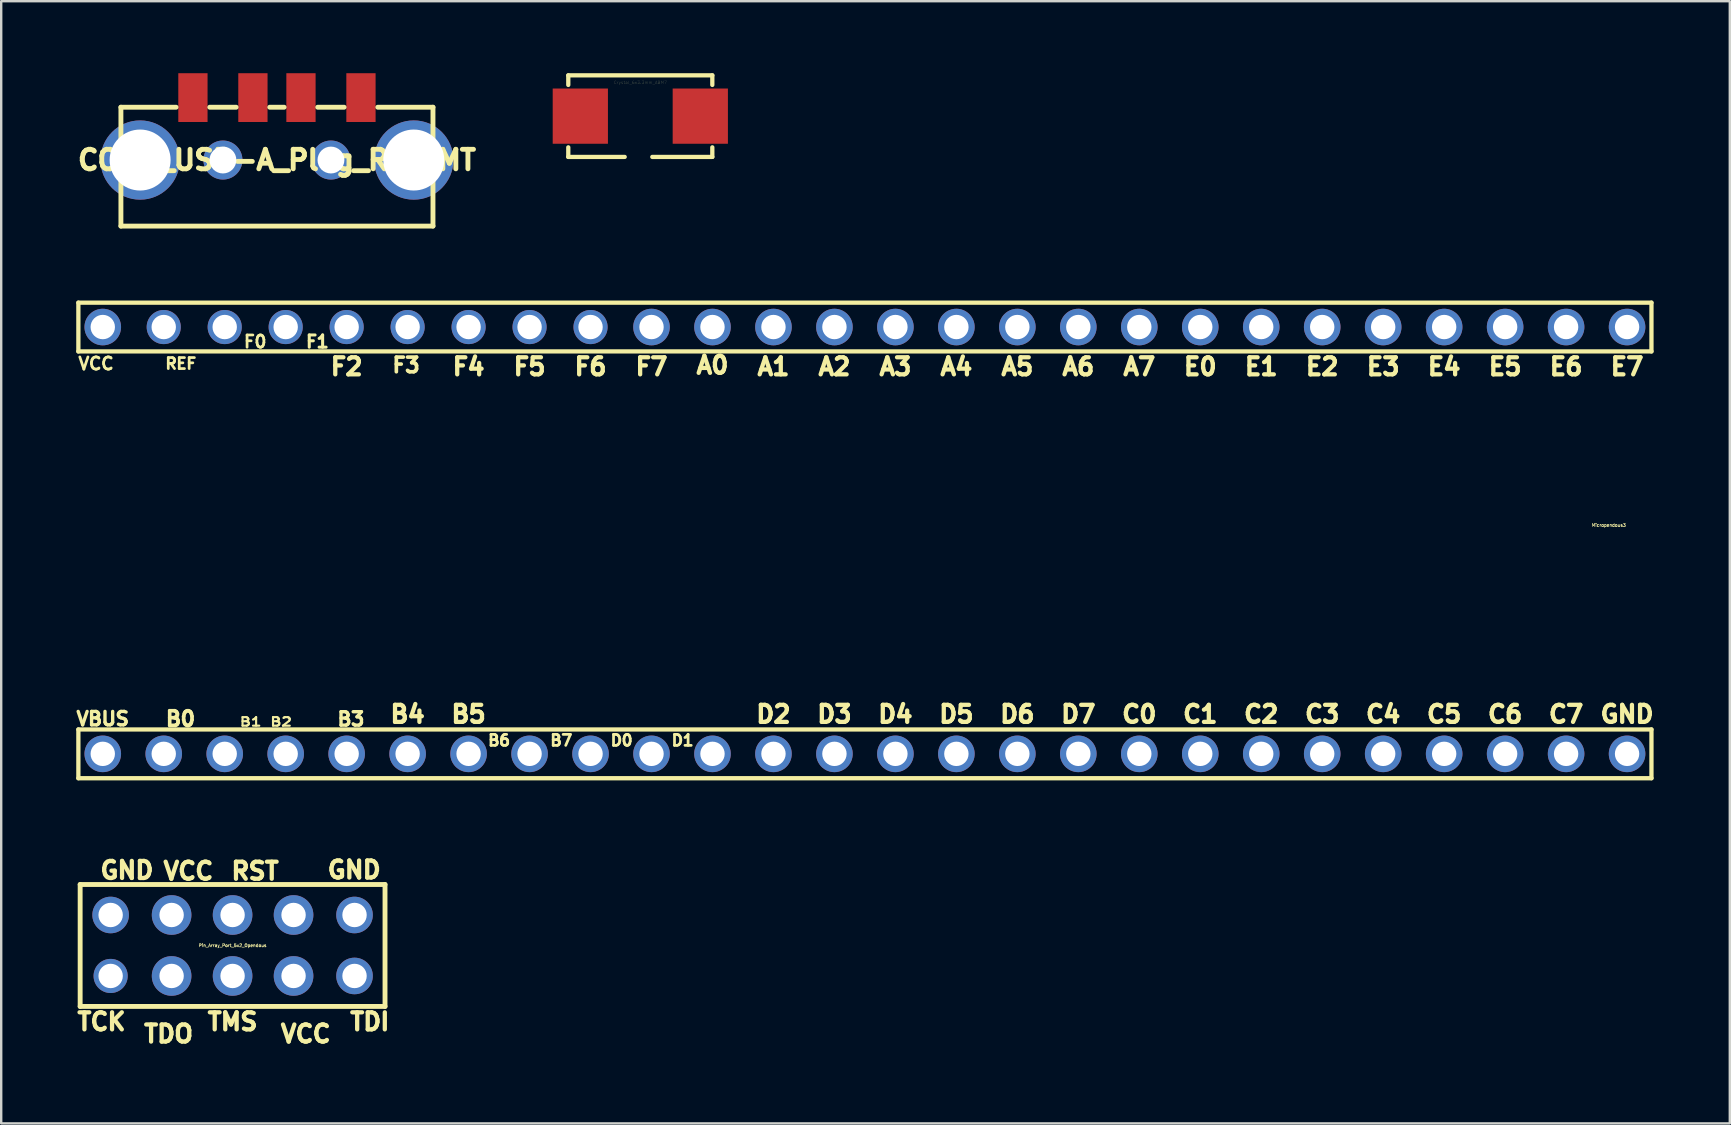
<source format=kicad_pcb>
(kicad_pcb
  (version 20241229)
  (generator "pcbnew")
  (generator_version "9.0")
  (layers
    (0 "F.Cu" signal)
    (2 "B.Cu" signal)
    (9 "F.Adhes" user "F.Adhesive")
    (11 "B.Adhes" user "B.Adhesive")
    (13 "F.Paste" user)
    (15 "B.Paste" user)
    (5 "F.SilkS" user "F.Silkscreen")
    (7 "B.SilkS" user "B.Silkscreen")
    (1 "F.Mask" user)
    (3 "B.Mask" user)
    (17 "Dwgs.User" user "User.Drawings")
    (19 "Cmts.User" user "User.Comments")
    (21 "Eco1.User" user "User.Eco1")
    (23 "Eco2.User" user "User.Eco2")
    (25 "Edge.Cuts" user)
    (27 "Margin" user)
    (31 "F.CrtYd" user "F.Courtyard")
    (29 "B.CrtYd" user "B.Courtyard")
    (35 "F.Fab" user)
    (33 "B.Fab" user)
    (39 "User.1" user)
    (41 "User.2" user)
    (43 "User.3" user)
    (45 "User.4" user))
  (footprint "Micropendous3"
    (layer "F.Cu")
    (at 31.711 18.194)
    (property "Reference" "Micropendous3" (at 32.258 0.635 0) (layer "F.SilkS") (effects (font (size 0.127 0.127) (thickness 0.025))))
    (attr through_hole)
    (fp_line (start -31.496 -8.636) (end 34.036 -8.636) (stroke (width 0.178) (type solid)) (layer "F.SilkS"))
    (fp_line (start -31.496 -6.604) (end -31.496 -8.636) (stroke (width 0.178) (type solid)) (layer "F.SilkS"))
    (fp_line (start -31.496 9.144) (end 34.036 9.144) (stroke (width 0.178) (type solid)) (layer "F.SilkS"))
    (fp_line (start -31.496 11.176) (end -31.496 9.144) (stroke (width 0.178) (type solid)) (layer "F.SilkS"))
    (fp_line (start 34.036 -8.636) (end 34.036 -6.604) (stroke (width 0.178) (type solid)) (layer "F.SilkS"))
    (fp_line (start 34.036 -6.604) (end -31.496 -6.604) (stroke (width 0.178) (type solid)) (layer "F.SilkS"))
    (fp_line (start 34.036 9.144) (end 34.036 11.176) (stroke (width 0.178) (type solid)) (layer "F.SilkS"))
    (fp_line (start 34.036 11.176) (end -31.496 11.176) (stroke (width 0.178) (type solid)) (layer "F.SilkS"))
    (fp_text user "F2" (at -20.32 -5.969 0) (layer "F.SilkS") (effects (font (size 0.711 0.711) (thickness 0.178))))
    (fp_text user "D7" (at 10.16 8.509 0) (layer "F.SilkS") (effects (font (size 0.711 0.711) (thickness 0.178))))
    (fp_text user "B5" (at -15.24 8.509 0) (layer "F.SilkS") (effects (font (size 0.711 0.711) (thickness 0.178))))
    (fp_text user "E6" (at 30.48 -5.969 0) (layer "F.SilkS") (effects (font (size 0.711 0.711) (thickness 0.178))))
    (fp_text user "D4" (at 2.54 8.509 0) (layer "F.SilkS") (effects (font (size 0.711 0.711) (thickness 0.178))))
    (fp_text user "E1" (at 17.78 -5.969 0) (layer "F.SilkS") (effects (font (size 0.711 0.711) (thickness 0.178))))
    (fp_text user "E4" (at 25.4 -5.969 0) (layer "F.SilkS") (effects (font (size 0.711 0.711) (thickness 0.178))))
    (fp_text user "F6" (at -10.16 -5.969 0) (layer "F.SilkS") (effects (font (size 0.711 0.711) (thickness 0.178))))
    (fp_text user "C3" (at 20.32 8.509 0) (layer "F.SilkS") (effects (font (size 0.711 0.711) (thickness 0.178))))
    (fp_text user "B6" (at -13.97 9.601 0) (layer "F.SilkS") (effects (font (size 0.457 0.457) (thickness 0.114))))
    (fp_text user "C0" (at 12.7 8.509 0) (layer "F.SilkS") (effects (font (size 0.711 0.711) (thickness 0.178))))
    (fp_text user "F4" (at -15.24 -5.969 0) (layer "F.SilkS") (effects (font (size 0.711 0.711) (thickness 0.178))))
    (fp_text user "VCC" (at -30.759 -6.096 0) (layer "F.SilkS") (effects (font (size 0.508 0.508) (thickness 0.114))))
    (fp_text user "A6" (at 10.16 -5.969 0) (layer "F.SilkS") (effects (font (size 0.711 0.711) (thickness 0.178))))
    (fp_text user "A1" (at -2.54 -5.969 0) (layer "F.SilkS") (effects (font (size 0.711 0.711) (thickness 0.178))))
    (fp_text user "B7" (at -11.379 9.601 0) (layer "F.SilkS") (effects (font (size 0.457 0.457) (thickness 0.114))))
    (fp_text user "A2" (at 0 -5.969 0) (layer "F.SilkS") (effects (font (size 0.711 0.711) (thickness 0.178))))
    (fp_text user "A4" (at 5.08 -5.969 0) (layer "F.SilkS") (effects (font (size 0.711 0.711) (thickness 0.178))))
    (fp_text user "C2" (at 17.78 8.509 0) (layer "F.SilkS") (effects (font (size 0.711 0.711) (thickness 0.178))))
    (fp_text user "F1" (at -21.539 -7.01 0) (layer "F.SilkS") (effects (font (size 0.508 0.508) (thickness 0.127))))
    (fp_text user "F0" (at -24.13 -7.01 0) (layer "F.SilkS") (effects (font (size 0.508 0.508) (thickness 0.114))))
    (fp_text user "GND" (at 33.02 8.509 0) (layer "F.SilkS") (effects (font (size 0.711 0.711) (thickness 0.178))))
    (fp_text user "E0" (at 15.24 -5.969 0) (layer "F.SilkS") (effects (font (size 0.711 0.711) (thickness 0.178))))
    (fp_text user "E7" (at 33.02 -5.969 0) (layer "F.SilkS") (effects (font (size 0.711 0.711) (thickness 0.178))))
    (fp_text user "D0" (at -8.865 9.601 0) (layer "F.SilkS") (effects (font (size 0.457 0.457) (thickness 0.114))))
    (fp_text user "D5" (at 5.08 8.509 0) (layer "F.SilkS") (effects (font (size 0.711 0.711) (thickness 0.178))))
    (fp_text user "F3" (at -17.843 -6.032 0) (layer "F.SilkS") (effects (font (size 0.61 0.61) (thickness 0.152))))
    (fp_text user "A7" (at 12.7 -5.969 0) (layer "F.SilkS") (effects (font (size 0.711 0.711) (thickness 0.178))))
    (fp_text user "D2" (at -2.54 8.509 0) (layer "F.SilkS") (effects (font (size 0.711 0.711) (thickness 0.178))))
    (fp_text user "D1" (at -6.325 9.601 0) (layer "F.SilkS") (effects (font (size 0.457 0.457) (thickness 0.114))))
    (fp_text user "B0" (at -27.241 8.7 0) (layer "F.SilkS") (effects (font (size 0.61 0.61) (thickness 0.152))))
    (fp_text user "C4" (at 22.86 8.509 0) (layer "F.SilkS") (effects (font (size 0.711 0.711) (thickness 0.178))))
    (fp_text user "D3" (at 0 8.509 0) (layer "F.SilkS") (effects (font (size 0.711 0.711) (thickness 0.178))))
    (fp_text user "D6" (at 7.62 8.509 0) (layer "F.SilkS") (effects (font (size 0.711 0.711) (thickness 0.178))))
    (fp_text user "B1" (at -24.32 8.826 0) (layer "F.SilkS") (effects (font (size 0.356 0.457) (thickness 0.089))))
    (fp_text user "C6" (at 27.94 8.509 0) (layer "F.SilkS") (effects (font (size 0.711 0.711) (thickness 0.178))))
    (fp_text user "E2" (at 20.32 -5.969 0) (layer "F.SilkS") (effects (font (size 0.711 0.711) (thickness 0.178))))
    (fp_text user "E3" (at 22.86 -5.969 0) (layer "F.SilkS") (effects (font (size 0.711 0.711) (thickness 0.178))))
    (fp_text user "A3" (at 2.54 -5.969 0) (layer "F.SilkS") (effects (font (size 0.711 0.711) (thickness 0.178))))
    (fp_text user "B4" (at -17.78 8.509 0) (layer "F.SilkS") (effects (font (size 0.711 0.711) (thickness 0.178))))
    (fp_text user "C7" (at 30.48 8.509 0) (layer "F.SilkS") (effects (font (size 0.711 0.711) (thickness 0.178))))
    (fp_text user "E5" (at 27.94 -5.969 0) (layer "F.SilkS") (effects (font (size 0.711 0.711) (thickness 0.178))))
    (fp_text user "REF" (at -27.229 -6.096 0) (layer "F.SilkS") (effects (font (size 0.457 0.457) (thickness 0.114))))
    (fp_text user "C1" (at 15.24 8.509 0) (layer "F.SilkS") (effects (font (size 0.711 0.711) (thickness 0.178))))
    (fp_text user "A0" (at -5.08 -6.032 0) (layer "F.SilkS") (effects (font (size 0.711 0.711) (thickness 0.178))))
    (fp_text user "B3" (at -20.142 8.712 0) (layer "F.SilkS") (effects (font (size 0.559 0.559) (thickness 0.14))))
    (fp_text user "A5" (at 7.62 -5.969 0) (layer "F.SilkS") (effects (font (size 0.711 0.711) (thickness 0.178))))
    (fp_text user "F7" (at -7.62 -5.969 0) (layer "F.SilkS") (effects (font (size 0.711 0.711) (thickness 0.178))))
    (fp_text user "B2" (at -23.05 8.826 0) (layer "F.SilkS") (effects (font (size 0.356 0.457) (thickness 0.089))))
    (fp_text user "F5" (at -12.7 -5.969 0) (layer "F.SilkS") (effects (font (size 0.711 0.711) (thickness 0.178))))
    (fp_text user "VBUS" (at -30.48 8.7 0) (layer "F.SilkS") (effects (font (size 0.559 0.559) (thickness 0.14))))
    (fp_text user "C5" (at 25.4 8.509 0) (layer "F.SilkS") (effects (font (size 0.711 0.711) (thickness 0.178))))
    (pad "1" thru_hole circle (at -30.48 -7.62) (size 1.524 1.524) (drill 1.016) (layers "*.Cu" "*.Mask"))
    (pad "2" thru_hole circle (at -27.94 -7.62) (size 1.422 1.422) (drill 1.016) (layers "*.Cu" "*.Mask"))
    (pad "3" thru_hole circle (at -25.4 -7.62) (size 1.422 1.422) (drill 1.016) (layers "*.Cu" "*.Mask"))
    (pad "4" thru_hole circle (at -22.86 -7.62) (size 1.422 1.422) (drill 1.016) (layers "*.Cu" "*.Mask"))
    (pad "5" thru_hole circle (at -20.32 -7.62) (size 1.422 1.422) (drill 1.016) (layers "*.Cu" "*.Mask"))
    (pad "6" thru_hole circle (at -17.78 -7.62) (size 1.422 1.422) (drill 1.016) (layers "*.Cu" "*.Mask"))
    (pad "7" thru_hole circle (at -15.24 -7.62) (size 1.422 1.422) (drill 1.016) (layers "*.Cu" "*.Mask"))
    (pad "8" thru_hole circle (at -12.7 -7.62) (size 1.422 1.422) (drill 1.016) (layers "*.Cu" "*.Mask"))
    (pad "9" thru_hole circle (at -10.16 -7.62) (size 1.422 1.422) (drill 1.016) (layers "*.Cu" "*.Mask"))
    (pad "10" thru_hole circle (at -7.62 -7.62) (size 1.524 1.524) (drill 1.016) (layers "*.Cu" "*.Mask"))
    (pad "11" thru_hole circle (at -5.08 -7.62) (size 1.524 1.524) (drill 1.016) (layers "*.Cu" "*.Mask"))
    (pad "12" thru_hole circle (at -2.54 -7.62) (size 1.524 1.524) (drill 1.016) (layers "*.Cu" "*.Mask"))
    (pad "13" thru_hole circle (at 0 -7.62) (size 1.524 1.524) (drill 1.016) (layers "*.Cu" "*.Mask"))
    (pad "14" thru_hole circle (at 2.54 -7.62) (size 1.524 1.524) (drill 1.016) (layers "*.Cu" "*.Mask"))
    (pad "15" thru_hole circle (at 5.08 -7.62) (size 1.524 1.524) (drill 1.016) (layers "*.Cu" "*.Mask"))
    (pad "16" thru_hole circle (at 7.62 -7.62) (size 1.524 1.524) (drill 1.016) (layers "*.Cu" "*.Mask"))
    (pad "17" thru_hole circle (at 10.16 -7.62) (size 1.524 1.524) (drill 1.016) (layers "*.Cu" "*.Mask"))
    (pad "18" thru_hole circle (at 12.7 -7.62) (size 1.524 1.524) (drill 1.016) (layers "*.Cu" "*.Mask"))
    (pad "19" thru_hole circle (at 15.24 -7.62) (size 1.524 1.524) (drill 1.016) (layers "*.Cu" "*.Mask"))
    (pad "20" thru_hole circle (at 17.78 -7.62) (size 1.524 1.524) (drill 1.016) (layers "*.Cu" "*.Mask"))
    (pad "21" thru_hole circle (at 20.32 -7.62) (size 1.524 1.524) (drill 1.016) (layers "*.Cu" "*.Mask"))
    (pad "22" thru_hole circle (at 22.86 -7.62) (size 1.524 1.524) (drill 1.016) (layers "*.Cu" "*.Mask"))
    (pad "23" thru_hole circle (at 25.4 -7.62) (size 1.524 1.524) (drill 1.016) (layers "*.Cu" "*.Mask"))
    (pad "24" thru_hole circle (at 27.94 -7.62) (size 1.524 1.524) (drill 1.016) (layers "*.Cu" "*.Mask"))
    (pad "25" thru_hole circle (at 30.48 -7.62) (size 1.524 1.524) (drill 1.016) (layers "*.Cu" "*.Mask"))
    (pad "26" thru_hole circle (at 33.02 -7.62) (size 1.524 1.524) (drill 1.016) (layers "*.Cu" "*.Mask"))
    (pad "27" thru_hole circle (at -30.48 10.16) (size 1.524 1.524) (drill 1.016) (layers "*.Cu" "*.Mask"))
    (pad "28" thru_hole circle (at -27.94 10.16) (size 1.524 1.524) (drill 1.016) (layers "*.Cu" "*.Mask"))
    (pad "29" thru_hole circle (at -25.4 10.16) (size 1.524 1.524) (drill 1.016) (layers "*.Cu" "*.Mask"))
    (pad "30" thru_hole circle (at -22.86 10.16) (size 1.524 1.524) (drill 1.016) (layers "*.Cu" "*.Mask"))
    (pad "31" thru_hole circle (at -20.32 10.16) (size 1.524 1.524) (drill 1.016) (layers "*.Cu" "*.Mask"))
    (pad "32" thru_hole circle (at -17.78 10.16) (size 1.524 1.524) (drill 1.016) (layers "*.Cu" "*.Mask"))
    (pad "33" thru_hole circle (at -15.24 10.16) (size 1.524 1.524) (drill 1.016) (layers "*.Cu" "*.Mask"))
    (pad "34" thru_hole circle (at -12.7 10.16) (size 1.524 1.524) (drill 1.016) (layers "*.Cu" "*.Mask"))
    (pad "35" thru_hole circle (at -10.16 10.16) (size 1.524 1.524) (drill 1.016) (layers "*.Cu" "*.Mask"))
    (pad "36" thru_hole circle (at -7.62 10.16) (size 1.524 1.524) (drill 1.016) (layers "*.Cu" "*.Mask"))
    (pad "37" thru_hole circle (at -5.08 10.16) (size 1.524 1.524) (drill 1.016) (layers "*.Cu" "*.Mask"))
    (pad "38" thru_hole circle (at -2.54 10.16) (size 1.524 1.524) (drill 1.016) (layers "*.Cu" "*.Mask"))
    (pad "39" thru_hole circle (at 0 10.16) (size 1.524 1.524) (drill 1.016) (layers "*.Cu" "*.Mask"))
    (pad "40" thru_hole circle (at 2.54 10.16) (size 1.524 1.524) (drill 1.016) (layers "*.Cu" "*.Mask"))
    (pad "41" thru_hole circle (at 5.08 10.16) (size 1.524 1.524) (drill 1.016) (layers "*.Cu" "*.Mask"))
    (pad "42" thru_hole circle (at 7.62 10.16) (size 1.524 1.524) (drill 1.016) (layers "*.Cu" "*.Mask"))
    (pad "43" thru_hole circle (at 10.16 10.16) (size 1.524 1.524) (drill 1.016) (layers "*.Cu" "*.Mask"))
    (pad "44" thru_hole circle (at 12.7 10.16) (size 1.524 1.524) (drill 1.016) (layers "*.Cu" "*.Mask"))
    (pad "45" thru_hole circle (at 15.24 10.16) (size 1.524 1.524) (drill 1.016) (layers "*.Cu" "*.Mask"))
    (pad "46" thru_hole circle (at 17.78 10.16) (size 1.524 1.524) (drill 1.016) (layers "*.Cu" "*.Mask"))
    (pad "47" thru_hole circle (at 20.32 10.16) (size 1.524 1.524) (drill 1.016) (layers "*.Cu" "*.Mask"))
    (pad "48" thru_hole circle (at 22.86 10.16) (size 1.524 1.524) (drill 1.016) (layers "*.Cu" "*.Mask"))
    (pad "49" thru_hole circle (at 25.4 10.16) (size 1.524 1.524) (drill 1.016) (layers "*.Cu" "*.Mask"))
    (pad "50" thru_hole circle (at 27.94 10.16) (size 1.524 1.524) (drill 1.016) (layers "*.Cu" "*.Mask"))
    (pad "51" thru_hole circle (at 30.48 10.16) (size 1.524 1.524) (drill 1.016) (layers "*.Cu" "*.Mask"))
    (pad "52" thru_hole circle (at 33.02 10.16) (size 1.524 1.524) (drill 1.016) (layers "*.Cu" "*.Mask")))
  (footprint "Crystal_6x3.3mm_ABM7"
    (layer "F.Cu")
    (at 23.624 1.788)
    (property "Reference" "Crystal_6x3.3mm_ABM7" (at 0 -1.4 0) (layer "F.SilkS") (effects (font (size 0.127 0.127) (thickness 0.003))))
    (attr through_hole)
    (fp_line (start -3 -1.699) (end -3 -1.3) (stroke (width 0.178) (type solid)) (layer "F.SilkS"))
    (fp_line (start -3 -1.699) (end 3 -1.699) (stroke (width 0.178) (type solid)) (layer "F.SilkS"))
    (fp_line (start -3 1.699) (end -3 1.3) (stroke (width 0.178) (type solid)) (layer "F.SilkS"))
    (fp_line (start -3 1.699) (end -0.65 1.699) (stroke (width 0.178) (type solid)) (layer "F.SilkS"))
    (fp_line (start 0.5 1.699) (end 3 1.699) (stroke (width 0.178) (type solid)) (layer "F.SilkS"))
    (fp_line (start 3 -1.699) (end 3 -1.3) (stroke (width 0.178) (type solid)) (layer "F.SilkS"))
    (fp_line (start 3 1.699) (end 3 1.3) (stroke (width 0.178) (type solid)) (layer "F.SilkS"))
    (pad "1" smd rect (at -2.499 0) (size 2.301 2.301) (layers "F.Cu" "F.Mask" "F.Paste"))
    (pad "2" smd rect (at 2.499 0) (size 2.301 2.301) (layers "F.Cu" "F.Mask" "F.Paste")))
  (footprint "CONN_USB-A_Plug_RA_SMT"
    (layer "F.Cu")
    (at 8.487 3.617)
    (property "Reference" "CONN_USB-A_Plug_RA_SMT" (at 0 0 0) (layer "F.SilkS") (effects (font (size 0.813 0.813) (thickness 0.203))))
    (attr through_hole)
    (fp_line (start -6.5 -2.2) (end -6.5 2.751) (stroke (width 0.203) (type solid)) (layer "F.SilkS"))
    (fp_line (start -6.5 -2.2) (end -4.201 -2.2) (stroke (width 0.203) (type solid)) (layer "F.SilkS"))
    (fp_line (start -6.5 2.751) (end 6.5 2.751) (stroke (width 0.203) (type solid)) (layer "F.SilkS"))
    (fp_line (start -2.799 -2.2) (end -1.699 -2.2) (stroke (width 0.203) (type solid)) (layer "F.SilkS"))
    (fp_line (start -0.3 -2.2) (end 0.3 -2.2) (stroke (width 0.203) (type solid)) (layer "F.SilkS"))
    (fp_line (start 2.799 -2.2) (end 1.699 -2.2) (stroke (width 0.203) (type solid)) (layer "F.SilkS"))
    (fp_line (start 6.5 -2.2) (end 4.201 -2.2) (stroke (width 0.203) (type solid)) (layer "F.SilkS"))
    (fp_line (start 6.5 2.751) (end 6.5 -2.2) (stroke (width 0.203) (type solid)) (layer "F.SilkS"))
    (pad "1" smd rect (at 3.5 -2.601) (size 1.219 2.032) (layers "F.Cu" "F.Mask"))
    (pad "2" smd rect (at 1.001 -2.601) (size 1.219 2.032) (layers "F.Cu" "F.Mask"))
    (pad "3" smd rect (at -1.001 -2.601) (size 1.219 2.032) (layers "F.Cu" "F.Mask"))
    (pad "4" smd rect (at -3.5 -2.601) (size 1.219 2.032) (layers "F.Cu" "F.Mask"))
    (pad "5" thru_hole circle (at -5.7 0) (size 3.302 3.302) (drill 2.54) (layers "*.Cu" "*.Mask"))
    (pad "5" thru_hole circle (at -2.25 0) (size 1.626 1.626) (drill 1.118) (layers "*.Cu" "*.Mask"))
    (pad "5" thru_hole circle (at 2.25 0) (size 1.626 1.626) (drill 1.118) (layers "*.Cu" "*.Mask"))
    (pad "5" thru_hole circle (at 5.7 0) (size 3.302 3.302) (drill 2.54) (layers "*.Cu" "*.Mask")))
  (footprint "Pin_Array_Port_5x2_Opendous"
    (layer "F.Cu")
    (at 6.639 36.337)
    (property "Reference" "Pin_Array_Port_5x2_Opendous" (at 0 0 0) (layer "F.SilkS") (effects (font (size 0.127 0.127) (thickness 0.025))))
    (attr through_hole)
    (fp_line (start -6.35 -2.54) (end -6.35 2.54) (stroke (width 0.203) (type solid)) (layer "F.SilkS"))
    (fp_line (start -6.35 2.54) (end 6.35 2.54) (stroke (width 0.203) (type solid)) (layer "F.SilkS"))
    (fp_line (start 6.35 -2.54) (end -6.35 -2.54) (stroke (width 0.203) (type solid)) (layer "F.SilkS"))
    (fp_line (start 6.35 2.54) (end 6.35 -2.54) (stroke (width 0.203) (type solid)) (layer "F.SilkS"))
    (fp_text user "VCC" (at 3.048 3.683 0) (layer "F.SilkS") (effects (font (size 0.711 0.711) (thickness 0.178))))
    (fp_text user "GND" (at -4.402 -3.132 0) (layer "F.SilkS") (effects (font (size 0.711 0.711) (thickness 0.178))))
    (fp_text user "TCK" (at -5.461 3.175 0) (layer "F.SilkS") (effects (font (size 0.711 0.711) (thickness 0.178))))
    (fp_text user "TDI" (at 5.715 3.175 0) (layer "F.SilkS") (effects (font (size 0.711 0.711) (thickness 0.178))))
    (fp_text user "TDO" (at -2.667 3.683 0) (layer "F.SilkS") (effects (font (size 0.711 0.711) (thickness 0.178))))
    (fp_text user "RST" (at 0.937 -3.099 0) (layer "F.SilkS") (effects (font (size 0.711 0.711) (thickness 0.178))))
    (fp_text user "GND" (at 5.067 -3.15 0) (layer "F.SilkS") (effects (font (size 0.711 0.711) (thickness 0.178))))
    (fp_text user "VCC" (at -1.841 -3.099 0) (layer "F.SilkS") (effects (font (size 0.711 0.711) (thickness 0.178))))
    (fp_text user "TMS" (at 0 3.175 0) (layer "F.SilkS") (effects (font (size 0.711 0.711) (thickness 0.178))))
    (pad "1" thru_hole circle (at -5.08 1.27) (size 1.422 1.422) (drill 1.016) (layers "*.Cu" "*.Mask"))
    (pad "2" thru_hole circle (at -5.08 -1.27) (size 1.524 1.524) (drill 1.016) (layers "*.Cu" "*.Mask"))
    (pad "3" thru_hole circle (at -2.54 1.27) (size 1.651 1.651) (drill 1.016) (layers "*.Cu" "*.Mask"))
    (pad "4" thru_hole circle (at -2.54 -1.27) (size 1.651 1.651) (drill 1.016) (layers "*.Cu" "*.Mask"))
    (pad "5" thru_hole circle (at 0 1.27) (size 1.651 1.651) (drill 1.016) (layers "*.Cu" "*.Mask"))
    (pad "6" thru_hole circle (at 0 -1.27) (size 1.651 1.651) (drill 1.016) (layers "*.Cu" "*.Mask"))
    (pad "7" thru_hole circle (at 2.54 1.27) (size 1.651 1.651) (drill 1.016) (layers "*.Cu" "*.Mask"))
    (pad "8" thru_hole circle (at 2.54 -1.27) (size 1.651 1.651) (drill 1.016) (layers "*.Cu" "*.Mask"))
    (pad "9" thru_hole circle (at 5.08 1.27) (size 1.524 1.524) (drill 1.016) (layers "*.Cu" "*.Mask"))
    (pad "10" thru_hole circle (at 5.08 -1.27) (size 1.524 1.524) (drill 1.016) (layers "*.Cu" "*.Mask")))
  (gr_rect
    (start -3 -3)
    (end 69.011 43.748)
    (stroke (width 0.1) (type default))
    (fill no)
    (layer "Edge.Cuts")))
</source>
